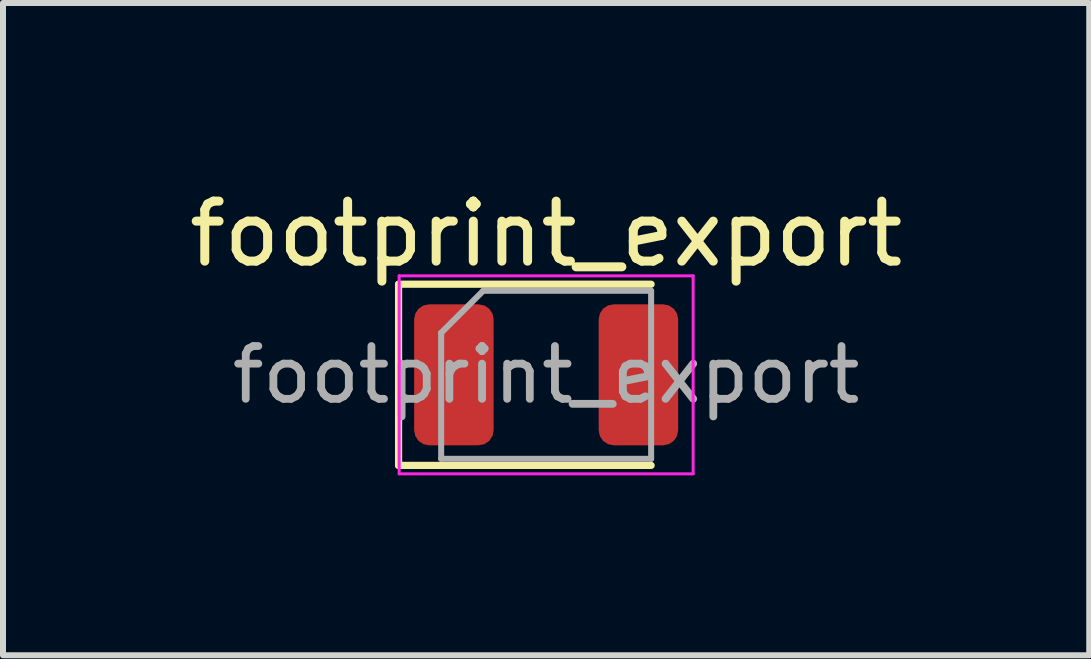
<source format=kicad_pcb>
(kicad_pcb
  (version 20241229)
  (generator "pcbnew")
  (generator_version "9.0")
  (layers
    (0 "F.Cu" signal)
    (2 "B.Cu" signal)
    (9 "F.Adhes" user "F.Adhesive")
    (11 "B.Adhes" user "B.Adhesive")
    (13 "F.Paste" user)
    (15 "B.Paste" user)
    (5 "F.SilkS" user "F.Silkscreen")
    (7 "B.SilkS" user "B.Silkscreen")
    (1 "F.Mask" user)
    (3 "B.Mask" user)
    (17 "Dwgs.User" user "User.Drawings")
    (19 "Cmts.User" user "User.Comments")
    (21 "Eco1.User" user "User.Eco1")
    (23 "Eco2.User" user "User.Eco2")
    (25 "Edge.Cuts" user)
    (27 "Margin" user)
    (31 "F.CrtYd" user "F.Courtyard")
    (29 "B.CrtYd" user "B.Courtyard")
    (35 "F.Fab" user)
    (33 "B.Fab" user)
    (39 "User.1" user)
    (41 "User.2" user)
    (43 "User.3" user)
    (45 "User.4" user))
  (footprint "footprint_export"
    (layer "F.Cu")
    (at 6.054 3.198)
    (property "Reference" "footprint_export" (at 0 -2.35 0) (layer "F.SilkS") (effects (font (size 1 1) (thickness 0.15))))
    (attr smd)
    (fp_line (start -2.46 -1.51) (end -2.46 1.51) (stroke (width 0.12) (type solid)) (layer "F.SilkS"))
    (fp_line (start -2.46 1.51) (end 1.75 1.51) (stroke (width 0.12) (type solid)) (layer "F.SilkS"))
    (fp_line (start 1.75 -1.51) (end -2.46 -1.51) (stroke (width 0.12) (type solid)) (layer "F.SilkS"))
    (fp_line (start -2.45 -1.65) (end 2.45 -1.65) (stroke (width 0.05) (type solid)) (layer "F.CrtYd"))
    (fp_line (start -2.45 1.65) (end -2.45 -1.65) (stroke (width 0.05) (type solid)) (layer "F.CrtYd"))
    (fp_line (start 2.45 -1.65) (end 2.45 1.65) (stroke (width 0.05) (type solid)) (layer "F.CrtYd"))
    (fp_line (start 2.45 1.65) (end -2.45 1.65) (stroke (width 0.05) (type solid)) (layer "F.CrtYd"))
    (fp_line (start -1.75 -0.7) (end -1.75 1.4) (stroke (width 0.1) (type solid)) (layer "F.Fab"))
    (fp_line (start -1.75 1.4) (end 1.75 1.4) (stroke (width 0.1) (type solid)) (layer "F.Fab"))
    (fp_line (start -1.05 -1.4) (end -1.75 -0.7) (stroke (width 0.1) (type solid)) (layer "F.Fab"))
    (fp_line (start 1.75 -1.4) (end -1.05 -1.4) (stroke (width 0.1) (type solid)) (layer "F.Fab"))
    (fp_line (start 1.75 1.4) (end 1.75 -1.4) (stroke (width 0.1) (type solid)) (layer "F.Fab"))
    (fp_text user "${REFERENCE}" (at 0 0 0) (layer "F.Fab") (effects (font (size 0.88 0.88) (thickness 0.13))))
    (pad "1" smd roundrect (at -1.538 0) (size 1.325 2.35) (layers "F.Cu" "F.Mask" "F.Paste") (roundrect_rratio 0.189))
    (pad "2" smd roundrect (at 1.538 0) (size 1.325 2.35) (layers "F.Cu" "F.Mask" "F.Paste") (roundrect_rratio 0.189)))
  (gr_rect
    (start -3 -3)
    (end 15.107 7.873)
    (stroke (width 0.1) (type default))
    (fill no)
    (layer "Edge.Cuts")))
</source>
